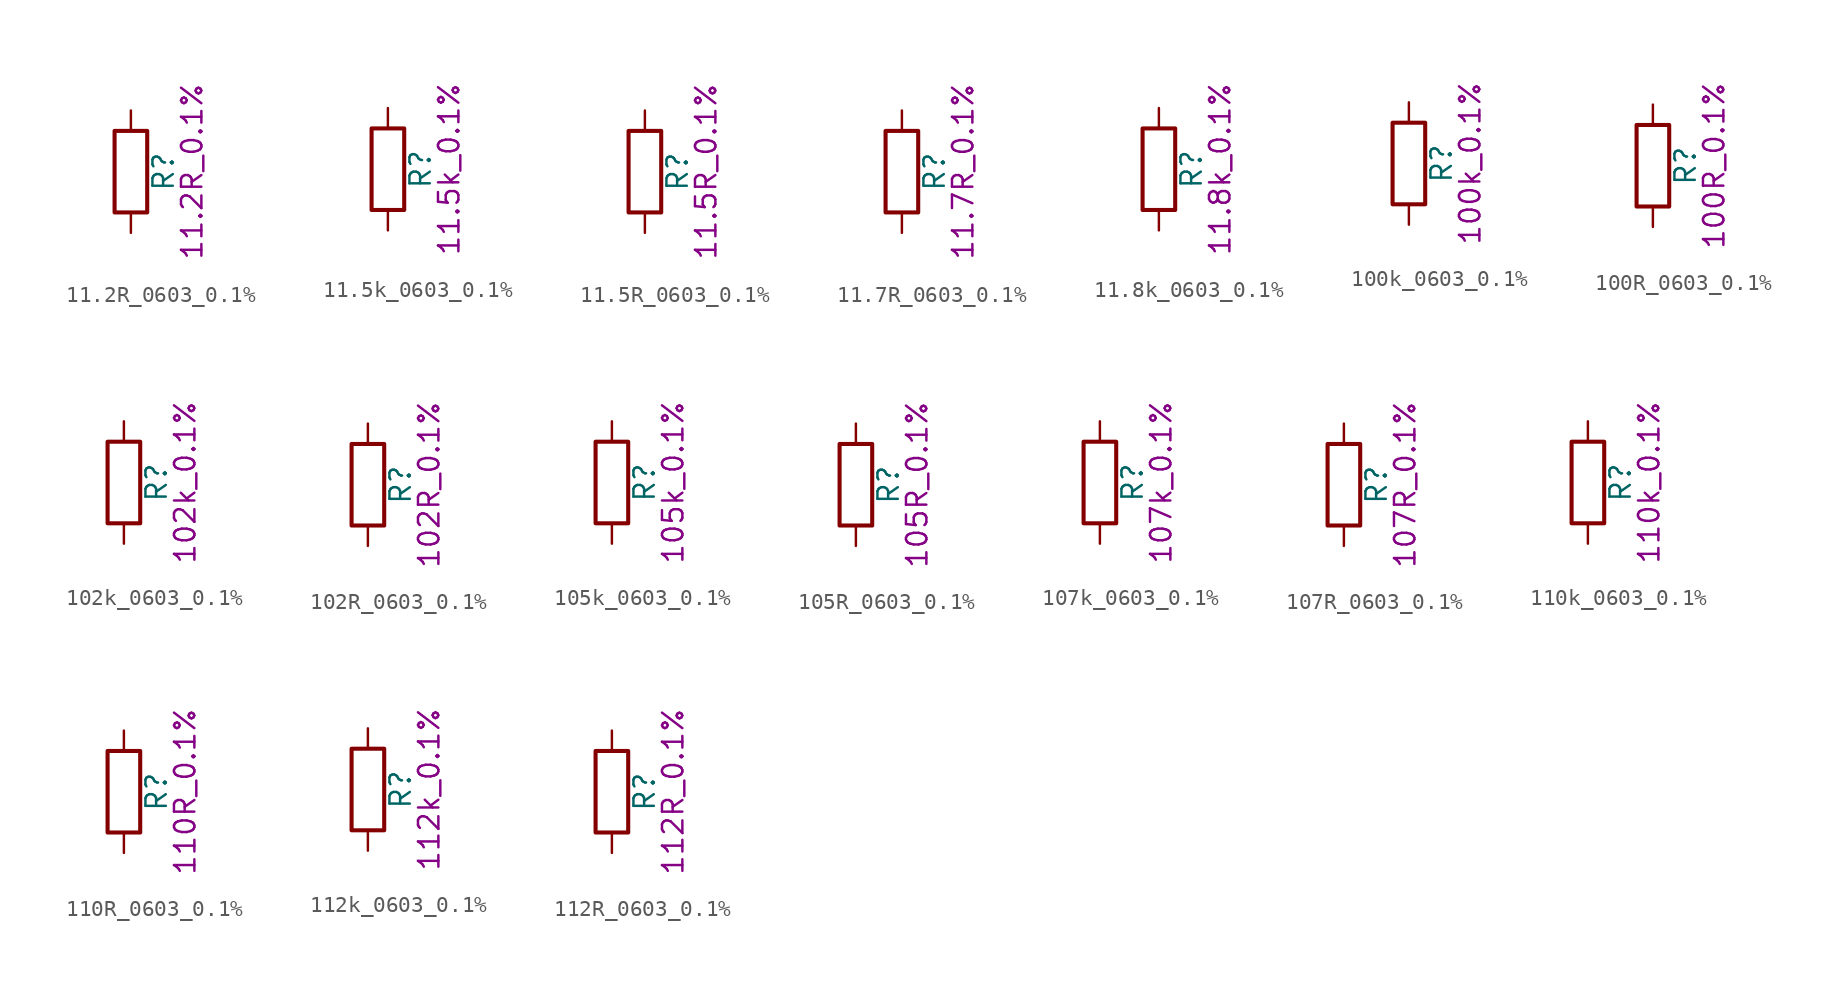
<source format=kicad_sym>
(kicad_symbol_lib
  (version 20211014)
  (generator kicad_symbol_editor)
  (symbol "11.2R_0603_0.1%"
    (pin_numbers hide)
    (pin_names
      (offset 0))
    (property "Reference" "R"
      (at 2.032 0 90)
      (effects (font (size 1.27 1.27))))
    (property "Display" "11.2R_0.1%"
      (at 3.81 0 90)
      (effects (font (size 1.27 1.27))))
    (symbol "11.2R_0603_0.1%_0_1"
      (rectangle (start -1.016 -2.54) (end 1.016 2.54) (stroke (width 0.254) (type default) (color 0 0 0 0)) (fill (type none))))
    (symbol "11.2R_0603_0.1%_1_1"
      (pin passive line (at 0 3.81 270) (length 1.27) (name "~" (effects (font (size 1.27 1.27)))) (number "1" (effects (font (size 1.27 1.27)))))
      (pin passive line (at 0 -3.81 90) (length 1.27) (name "~" (effects (font (size 1.27 1.27)))) (number "2" (effects (font (size 1.27 1.27)))))))
  (symbol "11.5k_0603_0.1%"
    (pin_numbers hide)
    (pin_names
      (offset 0))
    (property "Reference" "R"
      (at 2.032 0 90)
      (effects (font (size 1.27 1.27))))
    (property "Display" "11.5k_0.1%"
      (at 3.81 0 90)
      (effects (font (size 1.27 1.27))))
    (symbol "11.5k_0603_0.1%_0_1"
      (rectangle (start -1.016 -2.54) (end 1.016 2.54) (stroke (width 0.254) (type default) (color 0 0 0 0)) (fill (type none))))
    (symbol "11.5k_0603_0.1%_1_1"
      (pin passive line (at 0 3.81 270) (length 1.27) (name "~" (effects (font (size 1.27 1.27)))) (number "1" (effects (font (size 1.27 1.27)))))
      (pin passive line (at 0 -3.81 90) (length 1.27) (name "~" (effects (font (size 1.27 1.27)))) (number "2" (effects (font (size 1.27 1.27)))))))
  (symbol "11.5R_0603_0.1%"
    (pin_numbers hide)
    (pin_names
      (offset 0))
    (property "Reference" "R"
      (at 2.032 0 90)
      (effects (font (size 1.27 1.27))))
    (property "Display" "11.5R_0.1%"
      (at 3.81 0 90)
      (effects (font (size 1.27 1.27))))
    (symbol "11.5R_0603_0.1%_0_1"
      (rectangle (start -1.016 -2.54) (end 1.016 2.54) (stroke (width 0.254) (type default) (color 0 0 0 0)) (fill (type none))))
    (symbol "11.5R_0603_0.1%_1_1"
      (pin passive line (at 0 3.81 270) (length 1.27) (name "~" (effects (font (size 1.27 1.27)))) (number "1" (effects (font (size 1.27 1.27)))))
      (pin passive line (at 0 -3.81 90) (length 1.27) (name "~" (effects (font (size 1.27 1.27)))) (number "2" (effects (font (size 1.27 1.27)))))))
  (symbol "11.7R_0603_0.1%"
    (pin_numbers hide)
    (pin_names
      (offset 0))
    (property "Reference" "R"
      (at 2.032 0 90)
      (effects (font (size 1.27 1.27))))
    (property "Display" "11.7R_0.1%"
      (at 3.81 0 90)
      (effects (font (size 1.27 1.27))))
    (symbol "11.7R_0603_0.1%_0_1"
      (rectangle (start -1.016 -2.54) (end 1.016 2.54) (stroke (width 0.254) (type default) (color 0 0 0 0)) (fill (type none))))
    (symbol "11.7R_0603_0.1%_1_1"
      (pin passive line (at 0 3.81 270) (length 1.27) (name "~" (effects (font (size 1.27 1.27)))) (number "1" (effects (font (size 1.27 1.27)))))
      (pin passive line (at 0 -3.81 90) (length 1.27) (name "~" (effects (font (size 1.27 1.27)))) (number "2" (effects (font (size 1.27 1.27)))))))
  (symbol "11.8k_0603_0.1%"
    (pin_numbers hide)
    (pin_names
      (offset 0))
    (property "Reference" "R"
      (at 2.032 0 90)
      (effects (font (size 1.27 1.27))))
    (property "Display" "11.8k_0.1%"
      (at 3.81 0 90)
      (effects (font (size 1.27 1.27))))
    (symbol "11.8k_0603_0.1%_0_1"
      (rectangle (start -1.016 -2.54) (end 1.016 2.54) (stroke (width 0.254) (type default) (color 0 0 0 0)) (fill (type none))))
    (symbol "11.8k_0603_0.1%_1_1"
      (pin passive line (at 0 3.81 270) (length 1.27) (name "~" (effects (font (size 1.27 1.27)))) (number "1" (effects (font (size 1.27 1.27)))))
      (pin passive line (at 0 -3.81 90) (length 1.27) (name "~" (effects (font (size 1.27 1.27)))) (number "2" (effects (font (size 1.27 1.27)))))))
  (symbol "100k_0603_0.1%"
    (pin_numbers hide)
    (pin_names
      (offset 0))
    (property "Reference" "R"
      (at 2.032 0 90)
      (effects (font (size 1.27 1.27))))
    (property "Display" "100k_0.1%"
      (at 3.81 0 90)
      (effects (font (size 1.27 1.27))))
    (symbol "100k_0603_0.1%_0_1"
      (rectangle (start -1.016 -2.54) (end 1.016 2.54) (stroke (width 0.254) (type default) (color 0 0 0 0)) (fill (type none))))
    (symbol "100k_0603_0.1%_1_1"
      (pin passive line (at 0 3.81 270) (length 1.27) (name "~" (effects (font (size 1.27 1.27)))) (number "1" (effects (font (size 1.27 1.27)))))
      (pin passive line (at 0 -3.81 90) (length 1.27) (name "~" (effects (font (size 1.27 1.27)))) (number "2" (effects (font (size 1.27 1.27)))))))
  (symbol "100R_0603_0.1%"
    (pin_numbers hide)
    (pin_names
      (offset 0))
    (property "Reference" "R"
      (at 2.032 0 90)
      (effects (font (size 1.27 1.27))))
    (property "Display" "100R_0.1%"
      (at 3.81 0 90)
      (effects (font (size 1.27 1.27))))
    (symbol "100R_0603_0.1%_0_1"
      (rectangle (start -1.016 -2.54) (end 1.016 2.54) (stroke (width 0.254) (type default) (color 0 0 0 0)) (fill (type none))))
    (symbol "100R_0603_0.1%_1_1"
      (pin passive line (at 0 3.81 270) (length 1.27) (name "~" (effects (font (size 1.27 1.27)))) (number "1" (effects (font (size 1.27 1.27)))))
      (pin passive line (at 0 -3.81 90) (length 1.27) (name "~" (effects (font (size 1.27 1.27)))) (number "2" (effects (font (size 1.27 1.27)))))))
  (symbol "102k_0603_0.1%"
    (pin_numbers hide)
    (pin_names
      (offset 0))
    (property "Reference" "R"
      (at 2.032 0 90)
      (effects (font (size 1.27 1.27))))
    (property "Display" "102k_0.1%"
      (at 3.81 0 90)
      (effects (font (size 1.27 1.27))))
    (symbol "102k_0603_0.1%_0_1"
      (rectangle (start -1.016 -2.54) (end 1.016 2.54) (stroke (width 0.254) (type default) (color 0 0 0 0)) (fill (type none))))
    (symbol "102k_0603_0.1%_1_1"
      (pin passive line (at 0 3.81 270) (length 1.27) (name "~" (effects (font (size 1.27 1.27)))) (number "1" (effects (font (size 1.27 1.27)))))
      (pin passive line (at 0 -3.81 90) (length 1.27) (name "~" (effects (font (size 1.27 1.27)))) (number "2" (effects (font (size 1.27 1.27)))))))
  (symbol "102R_0603_0.1%"
    (pin_numbers hide)
    (pin_names
      (offset 0))
    (property "Reference" "R"
      (at 2.032 0 90)
      (effects (font (size 1.27 1.27))))
    (property "Display" "102R_0.1%"
      (at 3.81 0 90)
      (effects (font (size 1.27 1.27))))
    (symbol "102R_0603_0.1%_0_1"
      (rectangle (start -1.016 -2.54) (end 1.016 2.54) (stroke (width 0.254) (type default) (color 0 0 0 0)) (fill (type none))))
    (symbol "102R_0603_0.1%_1_1"
      (pin passive line (at 0 3.81 270) (length 1.27) (name "~" (effects (font (size 1.27 1.27)))) (number "1" (effects (font (size 1.27 1.27)))))
      (pin passive line (at 0 -3.81 90) (length 1.27) (name "~" (effects (font (size 1.27 1.27)))) (number "2" (effects (font (size 1.27 1.27)))))))
  (symbol "105k_0603_0.1%"
    (pin_numbers hide)
    (pin_names
      (offset 0))
    (property "Reference" "R"
      (at 2.032 0 90)
      (effects (font (size 1.27 1.27))))
    (property "Display" "105k_0.1%"
      (at 3.81 0 90)
      (effects (font (size 1.27 1.27))))
    (symbol "105k_0603_0.1%_0_1"
      (rectangle (start -1.016 -2.54) (end 1.016 2.54) (stroke (width 0.254) (type default) (color 0 0 0 0)) (fill (type none))))
    (symbol "105k_0603_0.1%_1_1"
      (pin passive line (at 0 3.81 270) (length 1.27) (name "~" (effects (font (size 1.27 1.27)))) (number "1" (effects (font (size 1.27 1.27)))))
      (pin passive line (at 0 -3.81 90) (length 1.27) (name "~" (effects (font (size 1.27 1.27)))) (number "2" (effects (font (size 1.27 1.27)))))))
  (symbol "105R_0603_0.1%"
    (pin_numbers hide)
    (pin_names
      (offset 0))
    (property "Reference" "R"
      (at 2.032 0 90)
      (effects (font (size 1.27 1.27))))
    (property "Display" "105R_0.1%"
      (at 3.81 0 90)
      (effects (font (size 1.27 1.27))))
    (symbol "105R_0603_0.1%_0_1"
      (rectangle (start -1.016 -2.54) (end 1.016 2.54) (stroke (width 0.254) (type default) (color 0 0 0 0)) (fill (type none))))
    (symbol "105R_0603_0.1%_1_1"
      (pin passive line (at 0 3.81 270) (length 1.27) (name "~" (effects (font (size 1.27 1.27)))) (number "1" (effects (font (size 1.27 1.27)))))
      (pin passive line (at 0 -3.81 90) (length 1.27) (name "~" (effects (font (size 1.27 1.27)))) (number "2" (effects (font (size 1.27 1.27)))))))
  (symbol "107k_0603_0.1%"
    (pin_numbers hide)
    (pin_names
      (offset 0))
    (property "Reference" "R"
      (at 2.032 0 90)
      (effects (font (size 1.27 1.27))))
    (property "Display" "107k_0.1%"
      (at 3.81 0 90)
      (effects (font (size 1.27 1.27))))
    (symbol "107k_0603_0.1%_0_1"
      (rectangle (start -1.016 -2.54) (end 1.016 2.54) (stroke (width 0.254) (type default) (color 0 0 0 0)) (fill (type none))))
    (symbol "107k_0603_0.1%_1_1"
      (pin passive line (at 0 3.81 270) (length 1.27) (name "~" (effects (font (size 1.27 1.27)))) (number "1" (effects (font (size 1.27 1.27)))))
      (pin passive line (at 0 -3.81 90) (length 1.27) (name "~" (effects (font (size 1.27 1.27)))) (number "2" (effects (font (size 1.27 1.27)))))))
  (symbol "107R_0603_0.1%"
    (pin_numbers hide)
    (pin_names
      (offset 0))
    (property "Reference" "R"
      (at 2.032 0 90)
      (effects (font (size 1.27 1.27))))
    (property "Display" "107R_0.1%"
      (at 3.81 0 90)
      (effects (font (size 1.27 1.27))))
    (symbol "107R_0603_0.1%_0_1"
      (rectangle (start -1.016 -2.54) (end 1.016 2.54) (stroke (width 0.254) (type default) (color 0 0 0 0)) (fill (type none))))
    (symbol "107R_0603_0.1%_1_1"
      (pin passive line (at 0 3.81 270) (length 1.27) (name "~" (effects (font (size 1.27 1.27)))) (number "1" (effects (font (size 1.27 1.27)))))
      (pin passive line (at 0 -3.81 90) (length 1.27) (name "~" (effects (font (size 1.27 1.27)))) (number "2" (effects (font (size 1.27 1.27)))))))
  (symbol "110k_0603_0.1%"
    (pin_numbers hide)
    (pin_names
      (offset 0))
    (property "Reference" "R"
      (at 2.032 0 90)
      (effects (font (size 1.27 1.27))))
    (property "Display" "110k_0.1%"
      (at 3.81 0 90)
      (effects (font (size 1.27 1.27))))
    (symbol "110k_0603_0.1%_0_1"
      (rectangle (start -1.016 -2.54) (end 1.016 2.54) (stroke (width 0.254) (type default) (color 0 0 0 0)) (fill (type none))))
    (symbol "110k_0603_0.1%_1_1"
      (pin passive line (at 0 3.81 270) (length 1.27) (name "~" (effects (font (size 1.27 1.27)))) (number "1" (effects (font (size 1.27 1.27)))))
      (pin passive line (at 0 -3.81 90) (length 1.27) (name "~" (effects (font (size 1.27 1.27)))) (number "2" (effects (font (size 1.27 1.27)))))))
  (symbol "110R_0603_0.1%"
    (pin_numbers hide)
    (pin_names
      (offset 0))
    (property "Reference" "R"
      (at 2.032 0 90)
      (effects (font (size 1.27 1.27))))
    (property "Display" "110R_0.1%"
      (at 3.81 0 90)
      (effects (font (size 1.27 1.27))))
    (symbol "110R_0603_0.1%_0_1"
      (rectangle (start -1.016 -2.54) (end 1.016 2.54) (stroke (width 0.254) (type default) (color 0 0 0 0)) (fill (type none))))
    (symbol "110R_0603_0.1%_1_1"
      (pin passive line (at 0 3.81 270) (length 1.27) (name "~" (effects (font (size 1.27 1.27)))) (number "1" (effects (font (size 1.27 1.27)))))
      (pin passive line (at 0 -3.81 90) (length 1.27) (name "~" (effects (font (size 1.27 1.27)))) (number "2" (effects (font (size 1.27 1.27)))))))
  (symbol "112k_0603_0.1%"
    (pin_numbers hide)
    (pin_names
      (offset 0))
    (property "Reference" "R"
      (at 2.032 0 90)
      (effects (font (size 1.27 1.27))))
    (property "Display" "112k_0.1%"
      (at 3.81 0 90)
      (effects (font (size 1.27 1.27))))
    (symbol "112k_0603_0.1%_0_1"
      (rectangle (start -1.016 -2.54) (end 1.016 2.54) (stroke (width 0.254) (type default) (color 0 0 0 0)) (fill (type none))))
    (symbol "112k_0603_0.1%_1_1"
      (pin passive line (at 0 3.81 270) (length 1.27) (name "~" (effects (font (size 1.27 1.27)))) (number "1" (effects (font (size 1.27 1.27)))))
      (pin passive line (at 0 -3.81 90) (length 1.27) (name "~" (effects (font (size 1.27 1.27)))) (number "2" (effects (font (size 1.27 1.27)))))))
  (symbol "112R_0603_0.1%"
    (pin_numbers hide)
    (pin_names
      (offset 0))
    (property "Reference" "R"
      (at 2.032 0 90)
      (effects (font (size 1.27 1.27))))
    (property "Display" "112R_0.1%"
      (at 3.81 0 90)
      (effects (font (size 1.27 1.27))))
    (symbol "112R_0603_0.1%_0_1"
      (rectangle (start -1.016 -2.54) (end 1.016 2.54) (stroke (width 0.254) (type default) (color 0 0 0 0)) (fill (type none))))
    (symbol "112R_0603_0.1%_1_1"
      (pin passive line (at 0 3.81 270) (length 1.27) (name "~" (effects (font (size 1.27 1.27)))) (number "1" (effects (font (size 1.27 1.27)))))
      (pin passive line (at 0 -3.81 90) (length 1.27) (name "~" (effects (font (size 1.27 1.27)))) (number "2" (effects (font (size 1.27 1.27))))))))
</source>
